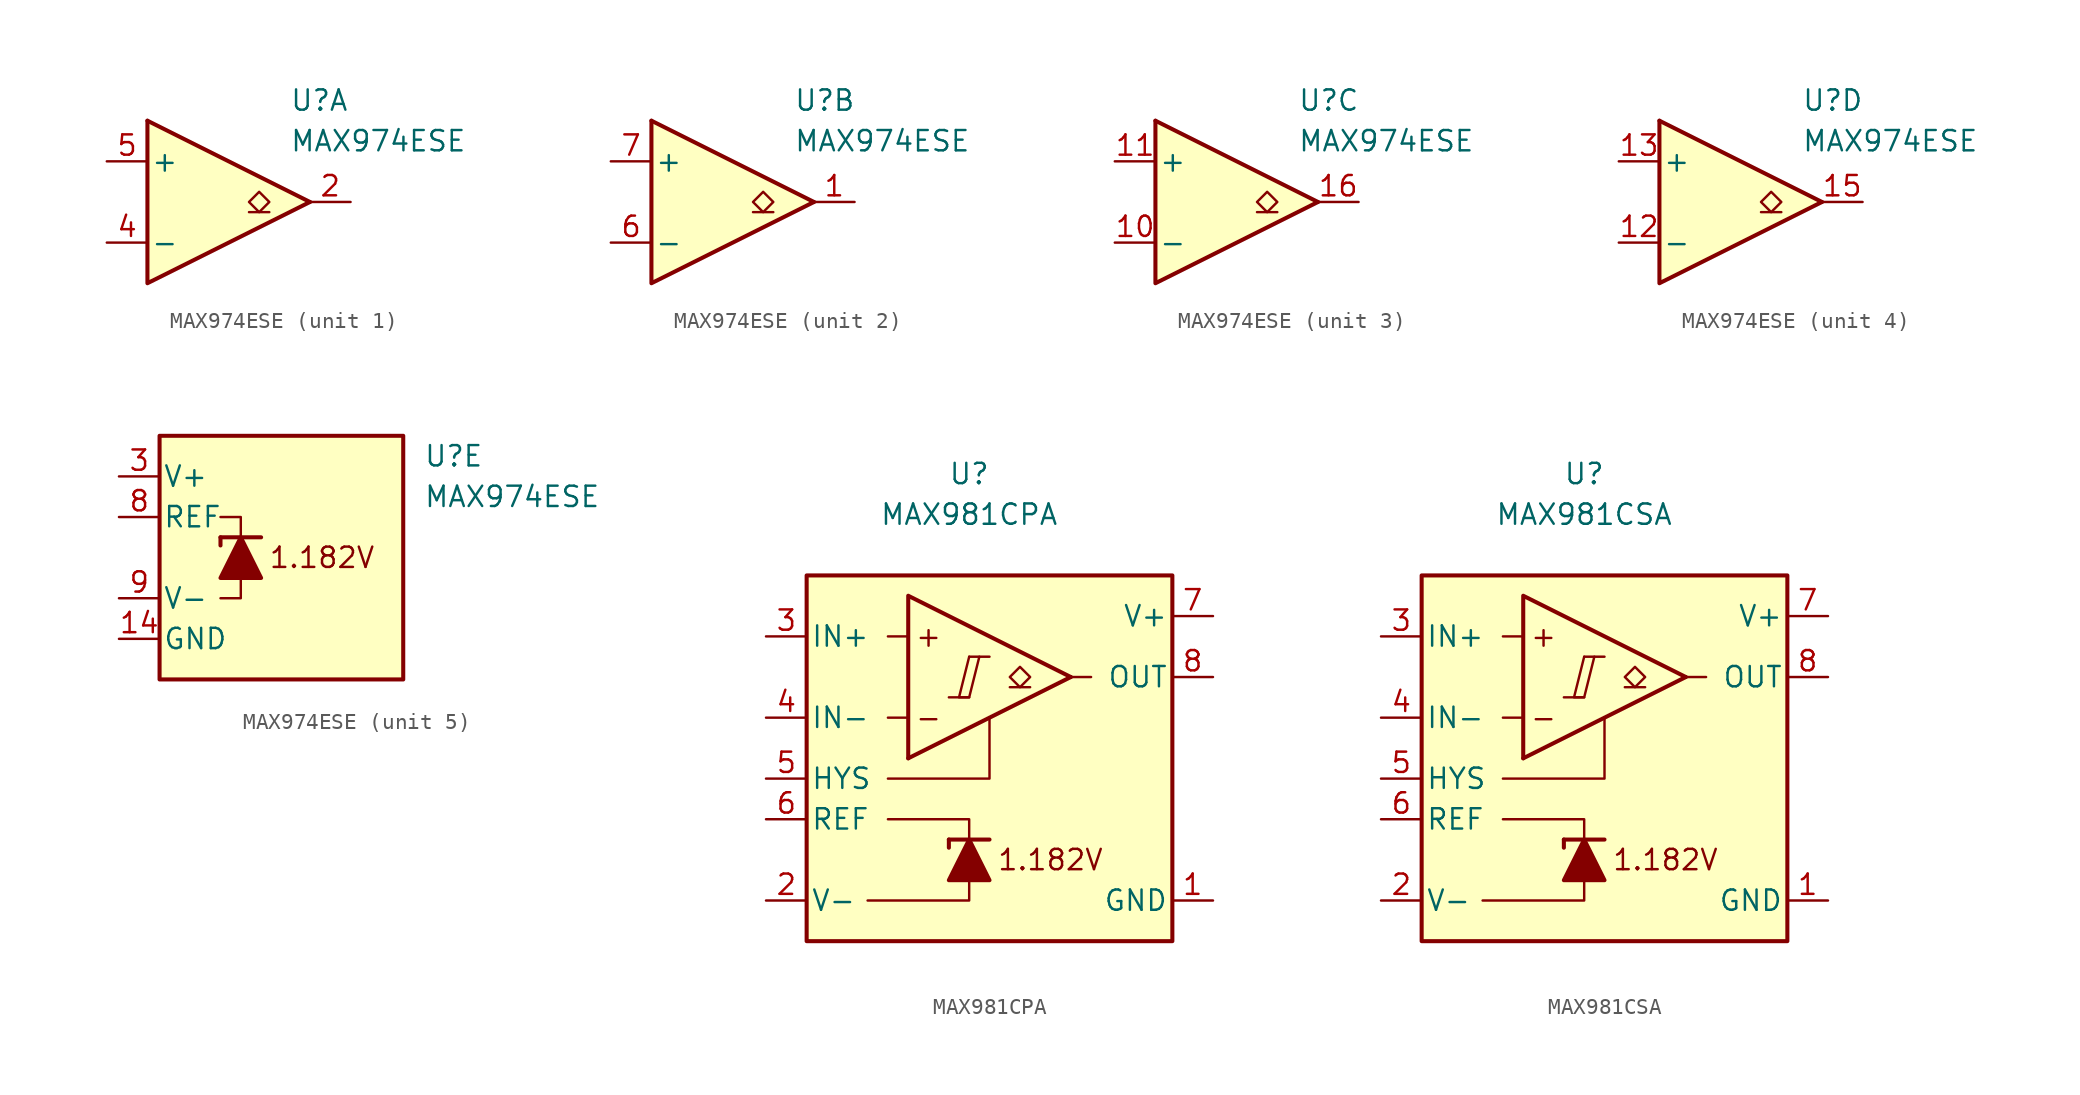
<source format=kicad_sym>
(kicad_symbol_lib
  (version 20231120)
  (generator "kicad_symbol_editor")
  (generator_version "8.0")
  (symbol "MAX974ESE"
    (pin_names
      (offset 0.2))
    (property "Reference" "U"
      (at 5.08 6.35 0)
      (effects (font (size 1.27 1.27)) (justify left)))
    (property "Value" "MAX974ESE"
      (at 5.08 3.81 0)
      (effects (font (size 1.27 1.27)) (justify left)))
    (property "ki_locked" ""
      (at 0 0 0)
      (effects (font (size 1.27 1.27))))
    (symbol "MAX974ESE_1_1"
      (polyline (pts (xy -3.81 5.08) (xy 6.35 0)) (stroke (width 0.254) (type default)) (fill (type none)))
      (polyline (pts (xy 3.81 -0.635) (xy 2.54 -0.635)) (stroke (width 0.152) (type default)) (fill (type none)))
      (polyline (pts (xy -3.81 5.08) (xy -3.81 -5.08) (xy 6.35 0)) (stroke (width 0.254) (type default)) (fill (type background)))
      (polyline (pts (xy 3.175 -0.635) (xy 2.54 0) (xy 3.175 0.635) (xy 3.81 0) (xy 3.175 -0.635)) (stroke (width 0.152) (type default)) (fill (type none)))
      (pin output line (at 8.89 0 180) (length 2.54) (name "~" (effects (font (size 1.27 1.27)))) (number "2" (effects (font (size 1.27 1.27)))))
      (pin input line (at -6.35 -2.54 0) (length 2.54) (name "-" (effects (font (size 1.27 1.27)))) (number "4" (effects (font (size 1.27 1.27)))))
      (pin input line (at -6.35 2.54 0) (length 2.54) (name "+" (effects (font (size 1.27 1.27)))) (number "5" (effects (font (size 1.27 1.27))))))
    (symbol "MAX974ESE_2_1"
      (polyline (pts (xy -3.81 5.08) (xy 6.35 0)) (stroke (width 0.254) (type default)) (fill (type none)))
      (polyline (pts (xy 3.81 -0.635) (xy 2.54 -0.635)) (stroke (width 0.152) (type default)) (fill (type none)))
      (polyline (pts (xy -3.81 5.08) (xy -3.81 -5.08) (xy 6.35 0)) (stroke (width 0.254) (type default)) (fill (type background)))
      (polyline (pts (xy 3.175 -0.635) (xy 2.54 0) (xy 3.175 0.635) (xy 3.81 0) (xy 3.175 -0.635)) (stroke (width 0.152) (type default)) (fill (type none)))
      (pin output line (at 8.89 0 180) (length 2.54) (name "~" (effects (font (size 1.27 1.27)))) (number "1" (effects (font (size 1.27 1.27)))))
      (pin input line (at -6.35 -2.54 0) (length 2.54) (name "-" (effects (font (size 1.27 1.27)))) (number "6" (effects (font (size 1.27 1.27)))))
      (pin input line (at -6.35 2.54 0) (length 2.54) (name "+" (effects (font (size 1.27 1.27)))) (number "7" (effects (font (size 1.27 1.27))))))
    (symbol "MAX974ESE_3_1"
      (polyline (pts (xy -3.81 5.08) (xy 6.35 0)) (stroke (width 0.254) (type default)) (fill (type none)))
      (polyline (pts (xy 3.81 -0.635) (xy 2.54 -0.635)) (stroke (width 0.152) (type default)) (fill (type none)))
      (polyline (pts (xy -3.81 5.08) (xy -3.81 -5.08) (xy 6.35 0)) (stroke (width 0.254) (type default)) (fill (type background)))
      (polyline (pts (xy 3.175 -0.635) (xy 2.54 0) (xy 3.175 0.635) (xy 3.81 0) (xy 3.175 -0.635)) (stroke (width 0.152) (type default)) (fill (type none)))
      (pin input line (at -6.35 -2.54 0) (length 2.54) (name "-" (effects (font (size 1.27 1.27)))) (number "10" (effects (font (size 1.27 1.27)))))
      (pin input line (at -6.35 2.54 0) (length 2.54) (name "+" (effects (font (size 1.27 1.27)))) (number "11" (effects (font (size 1.27 1.27)))))
      (pin output line (at 8.89 0 180) (length 2.54) (name "~" (effects (font (size 1.27 1.27)))) (number "16" (effects (font (size 1.27 1.27))))))
    (symbol "MAX974ESE_4_1"
      (polyline (pts (xy -3.81 5.08) (xy 6.35 0)) (stroke (width 0.254) (type default)) (fill (type none)))
      (polyline (pts (xy 3.81 -0.635) (xy 2.54 -0.635)) (stroke (width 0.152) (type default)) (fill (type none)))
      (polyline (pts (xy -3.81 5.08) (xy -3.81 -5.08) (xy 6.35 0)) (stroke (width 0.254) (type default)) (fill (type background)))
      (polyline (pts (xy 3.175 -0.635) (xy 2.54 0) (xy 3.175 0.635) (xy 3.81 0) (xy 3.175 -0.635)) (stroke (width 0.152) (type default)) (fill (type none)))
      (pin input line (at -6.35 -2.54 0) (length 2.54) (name "-" (effects (font (size 1.27 1.27)))) (number "12" (effects (font (size 1.27 1.27)))))
      (pin input line (at -6.35 2.54 0) (length 2.54) (name "+" (effects (font (size 1.27 1.27)))) (number "13" (effects (font (size 1.27 1.27)))))
      (pin output line (at 8.89 0 180) (length 2.54) (name "~" (effects (font (size 1.27 1.27)))) (number "15" (effects (font (size 1.27 1.27))))))
    (symbol "MAX974ESE_5_0"
      (text "1.182V" (at -1.27 0 0) (effects (font (size 1.27 1.27)))))
    (symbol "MAX974ESE_5_1"
      (rectangle (start -11.43 7.62) (end 3.81 -7.62) (stroke (width 0.254) (type default)) (fill (type background)))
      (polyline (pts (xy -7.62 1.27) (xy -7.62 0.762)) (stroke (width 0.254) (type default)) (fill (type none)))
      (polyline (pts (xy -7.62 1.27) (xy -5.08 1.27)) (stroke (width 0.254) (type default)) (fill (type none)))
      (polyline (pts (xy -6.35 -1.27) (xy -6.35 -2.54) (xy -7.62 -2.54)) (stroke (width 0) (type default)) (fill (type none)))
      (polyline (pts (xy -6.35 1.27) (xy -6.35 2.54) (xy -7.62 2.54)) (stroke (width 0) (type default)) (fill (type none)))
      (polyline (pts (xy -5.08 -1.27) (xy -7.62 -1.27) (xy -6.35 1.27) (xy -5.08 -1.27)) (stroke (width 0.254) (type default)) (fill (type outline)))
      (pin power_in line (at -13.97 -5.08 0) (length 2.54) (name "GND" (effects (font (size 1.27 1.27)))) (number "14" (effects (font (size 1.27 1.27)))))
      (pin power_in line (at -13.97 5.08 0) (length 2.54) (name "V+" (effects (font (size 1.27 1.27)))) (number "3" (effects (font (size 1.27 1.27)))))
      (pin output line (at -13.97 2.54 0) (length 2.54) (name "REF" (effects (font (size 1.27 1.27)))) (number "8" (effects (font (size 1.27 1.27)))))
      (pin power_in line (at -13.97 -2.54 0) (length 2.54) (name "V-" (effects (font (size 1.27 1.27)))) (number "9" (effects (font (size 1.27 1.27)))))))
  (symbol "MAX981CPA"
    (pin_names
      (offset 0.254))
    (property "Reference" "U"
      (at 0 16.51 0)
      (effects (font (size 1.27 1.27))))
    (property "Value" "MAX981CPA"
      (at 0 13.97 0)
      (effects (font (size 1.27 1.27))))
    (symbol "MAX981CPA_0_0"
      (polyline (pts (xy -1.27 2.54) (xy 0 2.54)) (stroke (width 0.152) (type default)) (fill (type none)))
      (polyline (pts (xy 0 5.08) (xy 1.27 5.08)) (stroke (width 0.152) (type default)) (fill (type none)))
      (polyline (pts (xy 6.35 3.81) (xy -3.81 -1.27)) (stroke (width 0.254) (type default)) (fill (type none)))
      (polyline (pts (xy 6.35 3.81) (xy -3.81 8.89) (xy -3.81 -1.27)) (stroke (width 0.254) (type default)) (fill (type background)))
      (polyline (pts (xy 0 5.08) (xy -0.635 2.54) (xy 0 2.54) (xy 0.635 5.08)) (stroke (width 0.152) (type default)) (fill (type none)))
      (text "+" (at -2.54 6.35 0) (effects (font (size 1.27 1.27))))
      (text "-" (at -2.54 1.27 0) (effects (font (size 1.27 1.27))))
      (text "1.182V" (at 5.08 -7.62 0) (effects (font (size 1.27 1.27)))))
    (symbol "MAX981CPA_0_1"
      (polyline (pts (xy -3.81 1.27) (xy -5.08 1.27)) (stroke (width 0) (type default)) (fill (type none)))
      (polyline (pts (xy -3.81 6.35) (xy -5.08 6.35)) (stroke (width 0) (type default)) (fill (type none)))
      (polyline (pts (xy -1.27 -6.35) (xy -1.27 -6.858)) (stroke (width 0.254) (type default)) (fill (type none)))
      (polyline (pts (xy -1.27 -6.35) (xy 1.27 -6.35)) (stroke (width 0.254) (type default)) (fill (type none)))
      (polyline (pts (xy 6.35 3.81) (xy 7.62 3.81)) (stroke (width 0) (type default)) (fill (type none)))
      (polyline (pts (xy 0 -8.89) (xy 0 -10.16) (xy -6.35 -10.16)) (stroke (width 0) (type default)) (fill (type none)))
      (polyline (pts (xy 0 -6.35) (xy 0 -5.08) (xy -5.08 -5.08)) (stroke (width 0) (type default)) (fill (type none)))
      (polyline (pts (xy 1.27 1.27) (xy 1.27 -2.54) (xy -5.08 -2.54)) (stroke (width 0) (type default)) (fill (type none)))
      (polyline (pts (xy 1.27 -8.89) (xy -1.27 -8.89) (xy 0 -6.35) (xy 1.27 -8.89)) (stroke (width 0.254) (type default)) (fill (type outline)))
      (rectangle (start 12.7 10.16) (end -10.16 -12.7) (stroke (width 0.254) (type default)) (fill (type background))))
    (symbol "MAX981CPA_1_1"
      (polyline (pts (xy 3.81 3.175) (xy 2.54 3.175)) (stroke (width 0.152) (type default)) (fill (type none)))
      (polyline (pts (xy 3.175 3.175) (xy 2.54 3.81) (xy 3.175 4.445) (xy 3.81 3.81) (xy 3.175 3.175)) (stroke (width 0.152) (type default)) (fill (type none)))
      (pin power_in line (at 15.24 -10.16 180) (length 2.54) (name "GND" (effects (font (size 1.27 1.27)))) (number "1" (effects (font (size 1.27 1.27)))))
      (pin power_in line (at -12.7 -10.16 0) (length 2.54) (name "V-" (effects (font (size 1.27 1.27)))) (number "2" (effects (font (size 1.27 1.27)))))
      (pin input line (at -12.7 6.35 0) (length 2.54) (name "IN+" (effects (font (size 1.27 1.27)))) (number "3" (effects (font (size 1.27 1.27)))))
      (pin input line (at -12.7 1.27 0) (length 2.54) (name "IN-" (effects (font (size 1.27 1.27)))) (number "4" (effects (font (size 1.27 1.27)))))
      (pin input line (at -12.7 -2.54 0) (length 2.54) (name "HYS" (effects (font (size 1.27 1.27)))) (number "5" (effects (font (size 1.27 1.27)))))
      (pin output line (at -12.7 -5.08 0) (length 2.54) (name "REF" (effects (font (size 1.27 1.27)))) (number "6" (effects (font (size 1.27 1.27)))))
      (pin power_in line (at 15.24 7.62 180) (length 2.54) (name "V+" (effects (font (size 1.27 1.27)))) (number "7" (effects (font (size 1.27 1.27)))))
      (pin open_collector line (at 15.24 3.81 180) (length 2.54) (name "OUT" (effects (font (size 1.27 1.27)))) (number "8" (effects (font (size 1.27 1.27)))))))
  (symbol "MAX981CSA"
    (pin_names
      (offset 0.254))
    (property "Reference" "U"
      (at 0 16.51 0)
      (effects (font (size 1.27 1.27))))
    (property "Value" "MAX981CSA"
      (at 0 13.97 0)
      (effects (font (size 1.27 1.27))))
    (symbol "MAX981CSA_0_0"
      (polyline (pts (xy -1.27 2.54) (xy 0 2.54)) (stroke (width 0.152) (type default)) (fill (type none)))
      (polyline (pts (xy 0 5.08) (xy 1.27 5.08)) (stroke (width 0.152) (type default)) (fill (type none)))
      (polyline (pts (xy 6.35 3.81) (xy -3.81 -1.27)) (stroke (width 0.254) (type default)) (fill (type none)))
      (polyline (pts (xy 6.35 3.81) (xy -3.81 8.89) (xy -3.81 -1.27)) (stroke (width 0.254) (type default)) (fill (type background)))
      (polyline (pts (xy 0 5.08) (xy -0.635 2.54) (xy 0 2.54) (xy 0.635 5.08)) (stroke (width 0.152) (type default)) (fill (type none)))
      (text "+" (at -2.54 6.35 0) (effects (font (size 1.27 1.27))))
      (text "-" (at -2.54 1.27 0) (effects (font (size 1.27 1.27))))
      (text "1.182V" (at 5.08 -7.62 0) (effects (font (size 1.27 1.27)))))
    (symbol "MAX981CSA_0_1"
      (polyline (pts (xy -3.81 1.27) (xy -5.08 1.27)) (stroke (width 0) (type default)) (fill (type none)))
      (polyline (pts (xy -3.81 6.35) (xy -5.08 6.35)) (stroke (width 0) (type default)) (fill (type none)))
      (polyline (pts (xy -1.27 -6.35) (xy -1.27 -6.858)) (stroke (width 0.254) (type default)) (fill (type none)))
      (polyline (pts (xy -1.27 -6.35) (xy 1.27 -6.35)) (stroke (width 0.254) (type default)) (fill (type none)))
      (polyline (pts (xy 6.35 3.81) (xy 7.62 3.81)) (stroke (width 0) (type default)) (fill (type none)))
      (polyline (pts (xy 0 -8.89) (xy 0 -10.16) (xy -6.35 -10.16)) (stroke (width 0) (type default)) (fill (type none)))
      (polyline (pts (xy 0 -6.35) (xy 0 -5.08) (xy -5.08 -5.08)) (stroke (width 0) (type default)) (fill (type none)))
      (polyline (pts (xy 1.27 1.27) (xy 1.27 -2.54) (xy -5.08 -2.54)) (stroke (width 0) (type default)) (fill (type none)))
      (polyline (pts (xy 1.27 -8.89) (xy -1.27 -8.89) (xy 0 -6.35) (xy 1.27 -8.89)) (stroke (width 0.254) (type default)) (fill (type outline)))
      (rectangle (start 12.7 10.16) (end -10.16 -12.7) (stroke (width 0.254) (type default)) (fill (type background))))
    (symbol "MAX981CSA_1_1"
      (polyline (pts (xy 3.81 3.175) (xy 2.54 3.175)) (stroke (width 0.152) (type default)) (fill (type none)))
      (polyline (pts (xy 3.175 3.175) (xy 2.54 3.81) (xy 3.175 4.445) (xy 3.81 3.81) (xy 3.175 3.175)) (stroke (width 0.152) (type default)) (fill (type none)))
      (pin power_in line (at 15.24 -10.16 180) (length 2.54) (name "GND" (effects (font (size 1.27 1.27)))) (number "1" (effects (font (size 1.27 1.27)))))
      (pin power_in line (at -12.7 -10.16 0) (length 2.54) (name "V-" (effects (font (size 1.27 1.27)))) (number "2" (effects (font (size 1.27 1.27)))))
      (pin input line (at -12.7 6.35 0) (length 2.54) (name "IN+" (effects (font (size 1.27 1.27)))) (number "3" (effects (font (size 1.27 1.27)))))
      (pin input line (at -12.7 1.27 0) (length 2.54) (name "IN-" (effects (font (size 1.27 1.27)))) (number "4" (effects (font (size 1.27 1.27)))))
      (pin input line (at -12.7 -2.54 0) (length 2.54) (name "HYS" (effects (font (size 1.27 1.27)))) (number "5" (effects (font (size 1.27 1.27)))))
      (pin output line (at -12.7 -5.08 0) (length 2.54) (name "REF" (effects (font (size 1.27 1.27)))) (number "6" (effects (font (size 1.27 1.27)))))
      (pin power_in line (at 15.24 7.62 180) (length 2.54) (name "V+" (effects (font (size 1.27 1.27)))) (number "7" (effects (font (size 1.27 1.27)))))
      (pin open_collector line (at 15.24 3.81 180) (length 2.54) (name "OUT" (effects (font (size 1.27 1.27)))) (number "8" (effects (font (size 1.27 1.27))))))))
</source>
